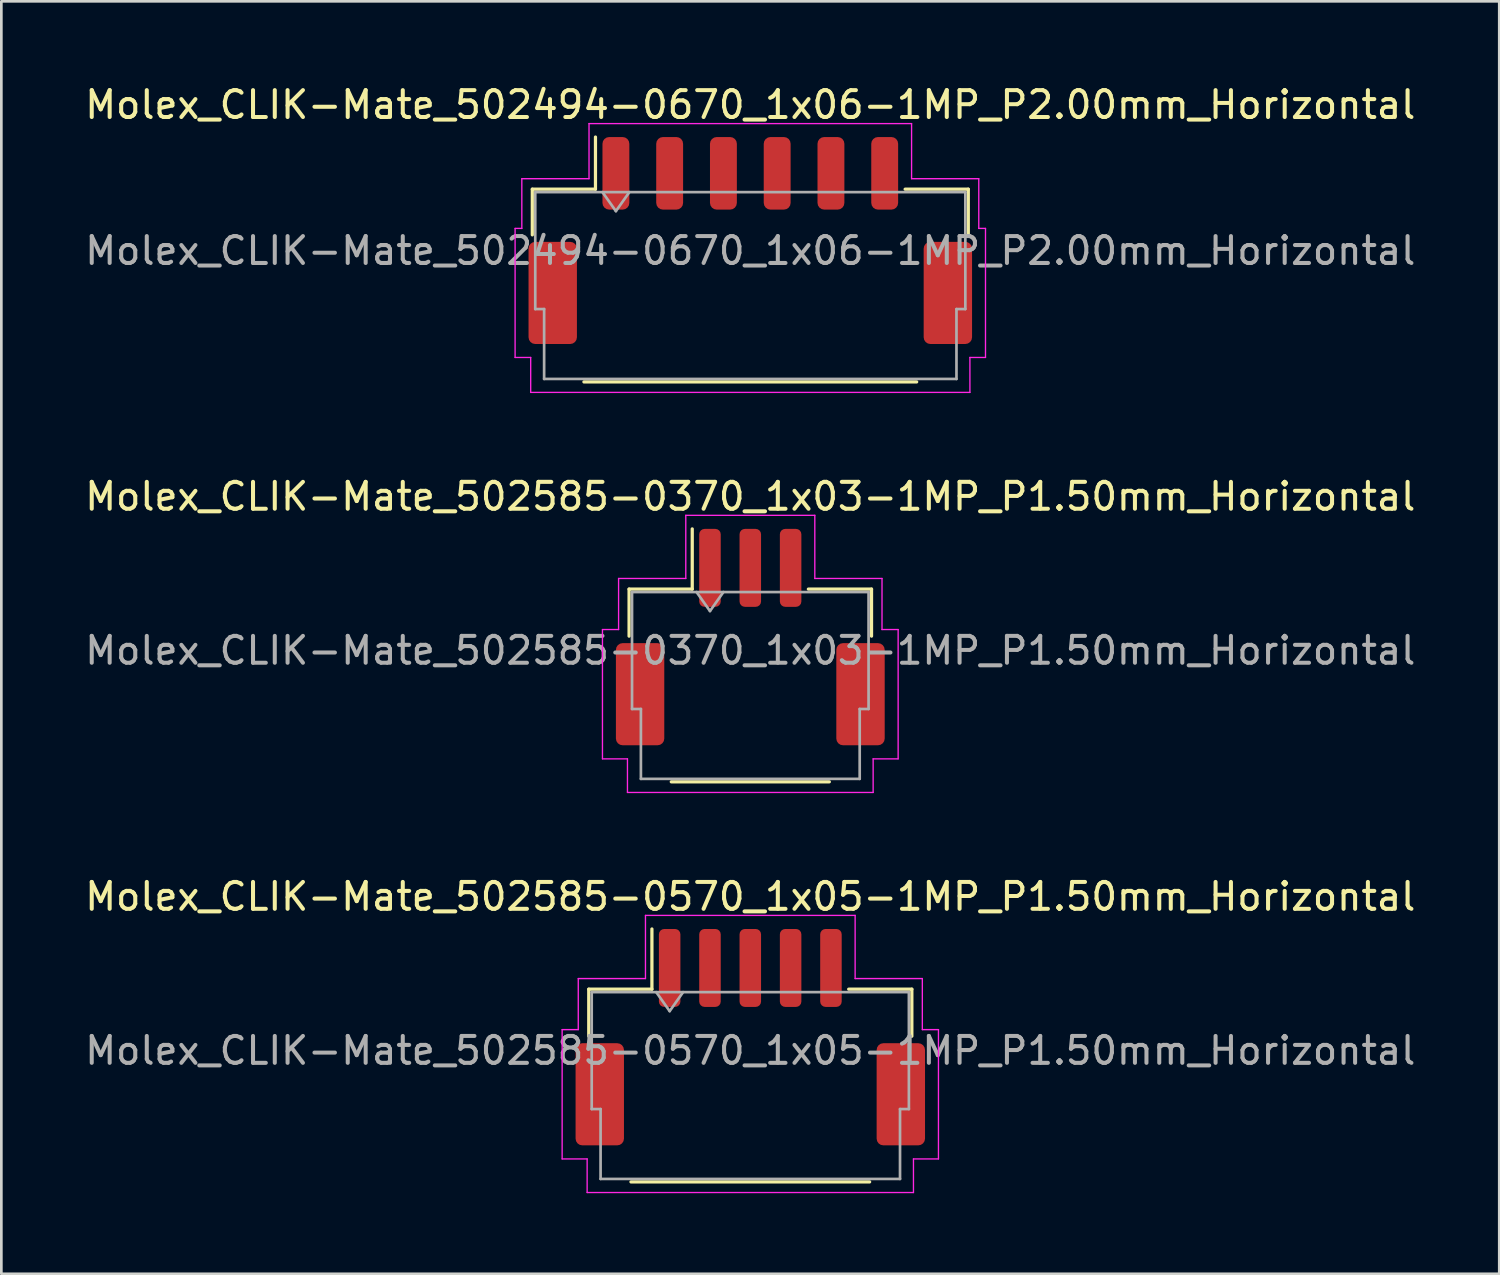
<source format=kicad_pcb>
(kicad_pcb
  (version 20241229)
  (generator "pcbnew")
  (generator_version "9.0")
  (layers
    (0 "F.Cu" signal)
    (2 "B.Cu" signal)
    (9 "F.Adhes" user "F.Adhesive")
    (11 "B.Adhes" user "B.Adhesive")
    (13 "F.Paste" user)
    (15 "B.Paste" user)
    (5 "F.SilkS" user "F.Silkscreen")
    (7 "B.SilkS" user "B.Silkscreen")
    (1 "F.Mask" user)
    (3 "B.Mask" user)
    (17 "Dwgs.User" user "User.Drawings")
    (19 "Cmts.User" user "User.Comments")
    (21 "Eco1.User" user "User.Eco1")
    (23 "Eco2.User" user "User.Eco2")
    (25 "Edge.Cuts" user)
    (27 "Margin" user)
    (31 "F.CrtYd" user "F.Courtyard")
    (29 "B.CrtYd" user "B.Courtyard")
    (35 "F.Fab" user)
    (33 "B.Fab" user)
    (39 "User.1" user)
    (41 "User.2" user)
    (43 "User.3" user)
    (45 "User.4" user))
  (footprint "Molex_CLIK-Mate_502585-0570_1x05-1MP_P1.50mm_Horizontal"
    (layer "F.Cu")
    (at 24.863 35.535)
    (property "Reference" "Molex_CLIK-Mate_502585-0570_1x05-1MP_P1.50mm_Horizontal" (at 0 -5.23 0) (layer "F.SilkS") (effects (font (size 1 1) (thickness 0.15))))
    (attr smd)
    (fp_line (start -6.01 -1.785) (end -3.66 -1.785) (stroke (width 0.12) (type solid)) (layer "F.SilkS"))
    (fp_line (start -6.01 -0.035) (end -6.01 -1.785) (stroke (width 0.12) (type solid)) (layer "F.SilkS"))
    (fp_line (start -4.44 5.385) (end 4.44 5.385) (stroke (width 0.12) (type solid)) (layer "F.SilkS"))
    (fp_line (start -3.66 -1.785) (end -3.66 -4.025) (stroke (width 0.12) (type solid)) (layer "F.SilkS"))
    (fp_line (start 6.01 -1.785) (end 3.66 -1.785) (stroke (width 0.12) (type solid)) (layer "F.SilkS"))
    (fp_line (start 6.01 -0.035) (end 6.01 -1.785) (stroke (width 0.12) (type solid)) (layer "F.SilkS"))
    (fp_line (start -7 -0.28) (end -6.4 -0.28) (stroke (width 0.05) (type solid)) (layer "F.CrtYd"))
    (fp_line (start -7 4.53) (end -7 -0.28) (stroke (width 0.05) (type solid)) (layer "F.CrtYd"))
    (fp_line (start -6.4 -2.18) (end -3.9 -2.18) (stroke (width 0.05) (type solid)) (layer "F.CrtYd"))
    (fp_line (start -6.4 -0.28) (end -6.4 -2.18) (stroke (width 0.05) (type solid)) (layer "F.CrtYd"))
    (fp_line (start -6.07 4.53) (end -7 4.53) (stroke (width 0.05) (type solid)) (layer "F.CrtYd"))
    (fp_line (start -6.07 5.78) (end -6.07 4.53) (stroke (width 0.05) (type solid)) (layer "F.CrtYd"))
    (fp_line (start -3.9 -4.53) (end 3.9 -4.53) (stroke (width 0.05) (type solid)) (layer "F.CrtYd"))
    (fp_line (start -3.9 -2.18) (end -3.9 -4.53) (stroke (width 0.05) (type solid)) (layer "F.CrtYd"))
    (fp_line (start 3.9 -4.53) (end 3.9 -2.18) (stroke (width 0.05) (type solid)) (layer "F.CrtYd"))
    (fp_line (start 3.9 -2.18) (end 6.4 -2.18) (stroke (width 0.05) (type solid)) (layer "F.CrtYd"))
    (fp_line (start 6.07 4.53) (end 6.07 5.78) (stroke (width 0.05) (type solid)) (layer "F.CrtYd"))
    (fp_line (start 6.07 5.78) (end -6.07 5.78) (stroke (width 0.05) (type solid)) (layer "F.CrtYd"))
    (fp_line (start 6.4 -2.18) (end 6.4 -0.28) (stroke (width 0.05) (type solid)) (layer "F.CrtYd"))
    (fp_line (start 6.4 -0.28) (end 7 -0.28) (stroke (width 0.05) (type solid)) (layer "F.CrtYd"))
    (fp_line (start 7 -0.28) (end 7 4.53) (stroke (width 0.05) (type solid)) (layer "F.CrtYd"))
    (fp_line (start 7 4.53) (end 6.07 4.53) (stroke (width 0.05) (type solid)) (layer "F.CrtYd"))
    (fp_line (start -5.9 -1.675) (end -5.9 2.675) (stroke (width 0.1) (type solid)) (layer "F.Fab"))
    (fp_line (start -5.9 -1.675) (end 5.9 -1.675) (stroke (width 0.1) (type solid)) (layer "F.Fab"))
    (fp_line (start -5.9 2.675) (end -5.57 2.675) (stroke (width 0.1) (type solid)) (layer "F.Fab"))
    (fp_line (start -5.57 2.675) (end -5.57 5.275) (stroke (width 0.1) (type solid)) (layer "F.Fab"))
    (fp_line (start -5.57 5.275) (end 5.57 5.275) (stroke (width 0.1) (type solid)) (layer "F.Fab"))
    (fp_line (start -3.5 -1.675) (end -3 -0.968) (stroke (width 0.1) (type solid)) (layer "F.Fab"))
    (fp_line (start -3 -0.968) (end -2.5 -1.675) (stroke (width 0.1) (type solid)) (layer "F.Fab"))
    (fp_line (start 5.57 2.675) (end 5.9 2.675) (stroke (width 0.1) (type solid)) (layer "F.Fab"))
    (fp_line (start 5.57 5.275) (end 5.57 2.675) (stroke (width 0.1) (type solid)) (layer "F.Fab"))
    (fp_line (start 5.9 -1.675) (end 5.9 2.675) (stroke (width 0.1) (type solid)) (layer "F.Fab"))
    (fp_text user "${REFERENCE}" (at 0 0.5 0) (layer "F.Fab") (effects (font (size 1 1) (thickness 0.15))))
    (pad "1" smd roundrect (at -3 -2.575) (size 0.8 2.9) (layers "F.Cu" "F.Mask" "F.Paste") (roundrect_rratio 0.25))
    (pad "2" smd roundrect (at -1.5 -2.575) (size 0.8 2.9) (layers "F.Cu" "F.Mask" "F.Paste") (roundrect_rratio 0.25))
    (pad "3" smd roundrect (at 0 -2.575) (size 0.8 2.9) (layers "F.Cu" "F.Mask" "F.Paste") (roundrect_rratio 0.25))
    (pad "4" smd roundrect (at 1.5 -2.575) (size 0.8 2.9) (layers "F.Cu" "F.Mask" "F.Paste") (roundrect_rratio 0.25))
    (pad "5" smd roundrect (at 3 -2.575) (size 0.8 2.9) (layers "F.Cu" "F.Mask" "F.Paste") (roundrect_rratio 0.25))
    (pad "MP" smd roundrect (at -5.6 2.125) (size 1.8 3.8) (layers "F.Cu" "F.Mask" "F.Paste") (roundrect_rratio 0.139))
    (pad "MP" smd roundrect (at 5.6 2.125) (size 1.8 3.8) (layers "F.Cu" "F.Mask" "F.Paste") (roundrect_rratio 0.139)))
  (footprint "Molex_CLIK-Mate_502585-0370_1x03-1MP_P1.50mm_Horizontal"
    (layer "F.Cu")
    (at 24.863 20.651)
    (property "Reference" "Molex_CLIK-Mate_502585-0370_1x03-1MP_P1.50mm_Horizontal" (at 0 -5.23 0) (layer "F.SilkS") (effects (font (size 1 1) (thickness 0.15))))
    (attr smd)
    (fp_line (start -4.51 -1.785) (end -2.16 -1.785) (stroke (width 0.12) (type solid)) (layer "F.SilkS"))
    (fp_line (start -4.51 -0.035) (end -4.51 -1.785) (stroke (width 0.12) (type solid)) (layer "F.SilkS"))
    (fp_line (start -2.94 5.385) (end 2.94 5.385) (stroke (width 0.12) (type solid)) (layer "F.SilkS"))
    (fp_line (start -2.16 -1.785) (end -2.16 -4.025) (stroke (width 0.12) (type solid)) (layer "F.SilkS"))
    (fp_line (start 4.51 -1.785) (end 2.16 -1.785) (stroke (width 0.12) (type solid)) (layer "F.SilkS"))
    (fp_line (start 4.51 -0.035) (end 4.51 -1.785) (stroke (width 0.12) (type solid)) (layer "F.SilkS"))
    (fp_line (start -5.5 -0.28) (end -4.9 -0.28) (stroke (width 0.05) (type solid)) (layer "F.CrtYd"))
    (fp_line (start -5.5 4.53) (end -5.5 -0.28) (stroke (width 0.05) (type solid)) (layer "F.CrtYd"))
    (fp_line (start -4.9 -2.18) (end -2.4 -2.18) (stroke (width 0.05) (type solid)) (layer "F.CrtYd"))
    (fp_line (start -4.9 -0.28) (end -4.9 -2.18) (stroke (width 0.05) (type solid)) (layer "F.CrtYd"))
    (fp_line (start -4.57 4.53) (end -5.5 4.53) (stroke (width 0.05) (type solid)) (layer "F.CrtYd"))
    (fp_line (start -4.57 5.78) (end -4.57 4.53) (stroke (width 0.05) (type solid)) (layer "F.CrtYd"))
    (fp_line (start -2.4 -4.53) (end 2.4 -4.53) (stroke (width 0.05) (type solid)) (layer "F.CrtYd"))
    (fp_line (start -2.4 -2.18) (end -2.4 -4.53) (stroke (width 0.05) (type solid)) (layer "F.CrtYd"))
    (fp_line (start 2.4 -4.53) (end 2.4 -2.18) (stroke (width 0.05) (type solid)) (layer "F.CrtYd"))
    (fp_line (start 2.4 -2.18) (end 4.9 -2.18) (stroke (width 0.05) (type solid)) (layer "F.CrtYd"))
    (fp_line (start 4.57 4.53) (end 4.57 5.78) (stroke (width 0.05) (type solid)) (layer "F.CrtYd"))
    (fp_line (start 4.57 5.78) (end -4.57 5.78) (stroke (width 0.05) (type solid)) (layer "F.CrtYd"))
    (fp_line (start 4.9 -2.18) (end 4.9 -0.28) (stroke (width 0.05) (type solid)) (layer "F.CrtYd"))
    (fp_line (start 4.9 -0.28) (end 5.5 -0.28) (stroke (width 0.05) (type solid)) (layer "F.CrtYd"))
    (fp_line (start 5.5 -0.28) (end 5.5 4.53) (stroke (width 0.05) (type solid)) (layer "F.CrtYd"))
    (fp_line (start 5.5 4.53) (end 4.57 4.53) (stroke (width 0.05) (type solid)) (layer "F.CrtYd"))
    (fp_line (start -4.4 -1.675) (end -4.4 2.675) (stroke (width 0.1) (type solid)) (layer "F.Fab"))
    (fp_line (start -4.4 -1.675) (end 4.4 -1.675) (stroke (width 0.1) (type solid)) (layer "F.Fab"))
    (fp_line (start -4.4 2.675) (end -4.07 2.675) (stroke (width 0.1) (type solid)) (layer "F.Fab"))
    (fp_line (start -4.07 2.675) (end -4.07 5.275) (stroke (width 0.1) (type solid)) (layer "F.Fab"))
    (fp_line (start -4.07 5.275) (end 4.07 5.275) (stroke (width 0.1) (type solid)) (layer "F.Fab"))
    (fp_line (start -2 -1.675) (end -1.5 -0.968) (stroke (width 0.1) (type solid)) (layer "F.Fab"))
    (fp_line (start -1.5 -0.968) (end -1 -1.675) (stroke (width 0.1) (type solid)) (layer "F.Fab"))
    (fp_line (start 4.07 2.675) (end 4.4 2.675) (stroke (width 0.1) (type solid)) (layer "F.Fab"))
    (fp_line (start 4.07 5.275) (end 4.07 2.675) (stroke (width 0.1) (type solid)) (layer "F.Fab"))
    (fp_line (start 4.4 -1.675) (end 4.4 2.675) (stroke (width 0.1) (type solid)) (layer "F.Fab"))
    (fp_text user "${REFERENCE}" (at 0 0.5 0) (layer "F.Fab") (effects (font (size 1 1) (thickness 0.15))))
    (pad "1" smd roundrect (at -1.5 -2.575) (size 0.8 2.9) (layers "F.Cu" "F.Mask" "F.Paste") (roundrect_rratio 0.25))
    (pad "2" smd roundrect (at 0 -2.575) (size 0.8 2.9) (layers "F.Cu" "F.Mask" "F.Paste") (roundrect_rratio 0.25))
    (pad "3" smd roundrect (at 1.5 -2.575) (size 0.8 2.9) (layers "F.Cu" "F.Mask" "F.Paste") (roundrect_rratio 0.25))
    (pad "MP" smd roundrect (at -4.1 2.125) (size 1.8 3.8) (layers "F.Cu" "F.Mask" "F.Paste") (roundrect_rratio 0.139))
    (pad "MP" smd roundrect (at 4.1 2.125) (size 1.8 3.8) (layers "F.Cu" "F.Mask" "F.Paste") (roundrect_rratio 0.139)))
  (footprint "Molex_CLIK-Mate_502494-0670_1x06-1MP_P2.00mm_Horizontal"
    (layer "F.Cu")
    (at 24.863 5.898)
    (property "Reference" "Molex_CLIK-Mate_502494-0670_1x06-1MP_P2.00mm_Horizontal" (at 0 -5.05 0) (layer "F.SilkS") (effects (font (size 1 1) (thickness 0.15))))
    (attr smd)
    (fp_line (start -8.11 -1.91) (end -5.76 -1.91) (stroke (width 0.12) (type solid)) (layer "F.SilkS"))
    (fp_line (start -8.11 -0.21) (end -8.11 -1.91) (stroke (width 0.12) (type solid)) (layer "F.SilkS"))
    (fp_line (start -6.19 5.26) (end 6.19 5.26) (stroke (width 0.12) (type solid)) (layer "F.SilkS"))
    (fp_line (start -5.76 -1.91) (end -5.76 -3.85) (stroke (width 0.12) (type solid)) (layer "F.SilkS"))
    (fp_line (start 8.11 -1.91) (end 5.76 -1.91) (stroke (width 0.12) (type solid)) (layer "F.SilkS"))
    (fp_line (start 8.11 -0.21) (end 8.11 -1.91) (stroke (width 0.12) (type solid)) (layer "F.SilkS"))
    (fp_line (start -8.75 -0.45) (end -8.5 -0.45) (stroke (width 0.05) (type solid)) (layer "F.CrtYd"))
    (fp_line (start -8.75 4.35) (end -8.75 -0.45) (stroke (width 0.05) (type solid)) (layer "F.CrtYd"))
    (fp_line (start -8.5 -2.3) (end -6 -2.3) (stroke (width 0.05) (type solid)) (layer "F.CrtYd"))
    (fp_line (start -8.5 -0.45) (end -8.5 -2.3) (stroke (width 0.05) (type solid)) (layer "F.CrtYd"))
    (fp_line (start -8.17 4.35) (end -8.75 4.35) (stroke (width 0.05) (type solid)) (layer "F.CrtYd"))
    (fp_line (start -8.17 5.65) (end -8.17 4.35) (stroke (width 0.05) (type solid)) (layer "F.CrtYd"))
    (fp_line (start -6 -4.35) (end 6 -4.35) (stroke (width 0.05) (type solid)) (layer "F.CrtYd"))
    (fp_line (start -6 -2.3) (end -6 -4.35) (stroke (width 0.05) (type solid)) (layer "F.CrtYd"))
    (fp_line (start 6 -4.35) (end 6 -2.3) (stroke (width 0.05) (type solid)) (layer "F.CrtYd"))
    (fp_line (start 6 -2.3) (end 8.5 -2.3) (stroke (width 0.05) (type solid)) (layer "F.CrtYd"))
    (fp_line (start 8.17 4.35) (end 8.17 5.65) (stroke (width 0.05) (type solid)) (layer "F.CrtYd"))
    (fp_line (start 8.17 5.65) (end -8.17 5.65) (stroke (width 0.05) (type solid)) (layer "F.CrtYd"))
    (fp_line (start 8.5 -2.3) (end 8.5 -0.45) (stroke (width 0.05) (type solid)) (layer "F.CrtYd"))
    (fp_line (start 8.5 -0.45) (end 8.75 -0.45) (stroke (width 0.05) (type solid)) (layer "F.CrtYd"))
    (fp_line (start 8.75 -0.45) (end 8.75 4.35) (stroke (width 0.05) (type solid)) (layer "F.CrtYd"))
    (fp_line (start 8.75 4.35) (end 8.17 4.35) (stroke (width 0.05) (type solid)) (layer "F.CrtYd"))
    (fp_line (start -8 -1.8) (end -8 2.55) (stroke (width 0.1) (type solid)) (layer "F.Fab"))
    (fp_line (start -8 -1.8) (end 8 -1.8) (stroke (width 0.1) (type solid)) (layer "F.Fab"))
    (fp_line (start -8 2.55) (end -7.67 2.55) (stroke (width 0.1) (type solid)) (layer "F.Fab"))
    (fp_line (start -7.67 2.55) (end -7.67 5.15) (stroke (width 0.1) (type solid)) (layer "F.Fab"))
    (fp_line (start -7.67 5.15) (end 7.67 5.15) (stroke (width 0.1) (type solid)) (layer "F.Fab"))
    (fp_line (start -5.5 -1.8) (end -5 -1.093) (stroke (width 0.1) (type solid)) (layer "F.Fab"))
    (fp_line (start -5 -1.093) (end -4.5 -1.8) (stroke (width 0.1) (type solid)) (layer "F.Fab"))
    (fp_line (start 7.67 2.55) (end 8 2.55) (stroke (width 0.1) (type solid)) (layer "F.Fab"))
    (fp_line (start 7.67 5.15) (end 7.67 2.55) (stroke (width 0.1) (type solid)) (layer "F.Fab"))
    (fp_line (start 8 -1.8) (end 8 2.55) (stroke (width 0.1) (type solid)) (layer "F.Fab"))
    (fp_text user "${REFERENCE}" (at 0 0.38 0) (layer "F.Fab") (effects (font (size 1 1) (thickness 0.15))))
    (pad "1" smd roundrect (at -5 -2.5) (size 1 2.7) (layers "F.Cu" "F.Mask" "F.Paste") (roundrect_rratio 0.25))
    (pad "2" smd roundrect (at -3 -2.5) (size 1 2.7) (layers "F.Cu" "F.Mask" "F.Paste") (roundrect_rratio 0.25))
    (pad "3" smd roundrect (at -1 -2.5) (size 1 2.7) (layers "F.Cu" "F.Mask" "F.Paste") (roundrect_rratio 0.25))
    (pad "4" smd roundrect (at 1 -2.5) (size 1 2.7) (layers "F.Cu" "F.Mask" "F.Paste") (roundrect_rratio 0.25))
    (pad "5" smd roundrect (at 3 -2.5) (size 1 2.7) (layers "F.Cu" "F.Mask" "F.Paste") (roundrect_rratio 0.25))
    (pad "6" smd roundrect (at 5 -2.5) (size 1 2.7) (layers "F.Cu" "F.Mask" "F.Paste") (roundrect_rratio 0.25))
    (pad "MP" smd roundrect (at -7.35 1.95) (size 1.8 3.8) (layers "F.Cu" "F.Mask" "F.Paste") (roundrect_rratio 0.139))
    (pad "MP" smd roundrect (at 7.35 1.95) (size 1.8 3.8) (layers "F.Cu" "F.Mask" "F.Paste") (roundrect_rratio 0.139)))
  (gr_rect
    (start -3 -3)
    (end 52.726 44.34)
    (stroke (width 0.1) (type default))
    (fill no)
    (layer "Edge.Cuts")))
</source>
